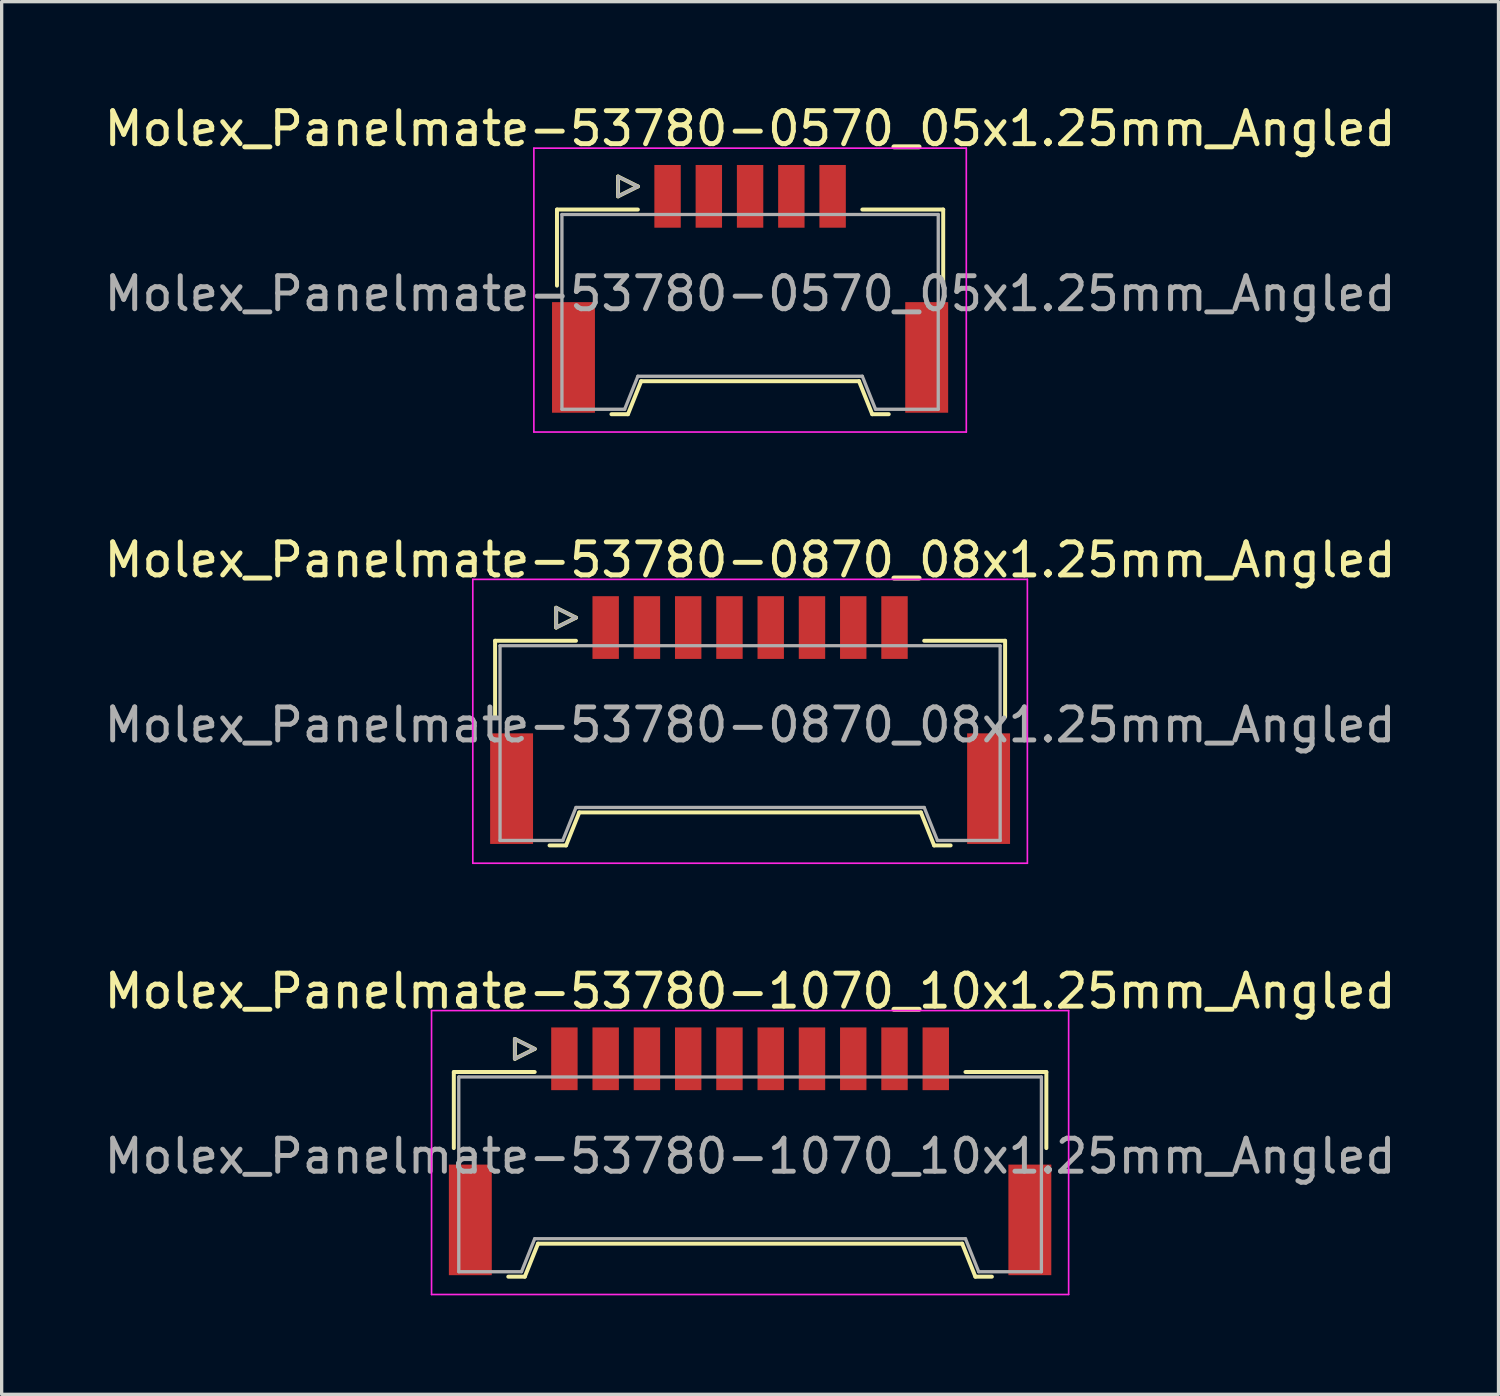
<source format=kicad_pcb>
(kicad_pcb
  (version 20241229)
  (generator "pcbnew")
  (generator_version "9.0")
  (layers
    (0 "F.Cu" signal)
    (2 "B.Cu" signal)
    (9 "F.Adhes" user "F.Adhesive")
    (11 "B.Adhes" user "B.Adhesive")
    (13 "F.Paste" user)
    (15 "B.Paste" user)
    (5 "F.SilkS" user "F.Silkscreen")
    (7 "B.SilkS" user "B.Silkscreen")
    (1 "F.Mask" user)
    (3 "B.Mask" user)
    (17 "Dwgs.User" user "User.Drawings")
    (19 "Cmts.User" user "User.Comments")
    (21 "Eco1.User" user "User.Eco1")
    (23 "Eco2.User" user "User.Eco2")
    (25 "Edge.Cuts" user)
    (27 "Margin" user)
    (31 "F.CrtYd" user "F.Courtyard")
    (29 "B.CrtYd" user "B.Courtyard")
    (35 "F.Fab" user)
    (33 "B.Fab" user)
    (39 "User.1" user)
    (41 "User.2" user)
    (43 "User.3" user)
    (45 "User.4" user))
  (footprint "Molex_Panelmate-53780-0870_08x1.25mm_Angled"
    (layer "F.Cu")
    (at 19.673 18.401)
    (property "Reference" "Molex_Panelmate-53780-0870_08x1.25mm_Angled" (at 0 -4.49 0) (layer "F.SilkS") (effects (font (size 1 1) (thickness 0.15))))
    (attr smd)
    (fp_line (start -7.725 -2.04) (end -7.725 0.265) (stroke (width 0.12) (type solid)) (layer "F.SilkS"))
    (fp_line (start -6.075 4.16) (end -5.575 4.16) (stroke (width 0.12) (type solid)) (layer "F.SilkS"))
    (fp_line (start -5.875 -3.04) (end -5.875 -2.44) (stroke (width 0.12) (type solid)) (layer "F.SilkS"))
    (fp_line (start -5.875 -2.44) (end -5.275 -2.74) (stroke (width 0.12) (type solid)) (layer "F.SilkS"))
    (fp_line (start -5.575 4.16) (end -5.175 3.16) (stroke (width 0.12) (type solid)) (layer "F.SilkS"))
    (fp_line (start -5.275 -2.74) (end -5.875 -3.04) (stroke (width 0.12) (type solid)) (layer "F.SilkS"))
    (fp_line (start -5.275 -2.04) (end -7.725 -2.04) (stroke (width 0.12) (type solid)) (layer "F.SilkS"))
    (fp_line (start -5.175 3.16) (end 5.175 3.16) (stroke (width 0.12) (type solid)) (layer "F.SilkS"))
    (fp_line (start 5.175 3.16) (end 5.575 4.16) (stroke (width 0.12) (type solid)) (layer "F.SilkS"))
    (fp_line (start 5.275 -2.04) (end 7.725 -2.04) (stroke (width 0.12) (type solid)) (layer "F.SilkS"))
    (fp_line (start 5.575 4.16) (end 6.075 4.16) (stroke (width 0.12) (type solid)) (layer "F.SilkS"))
    (fp_line (start 7.725 -2.04) (end 7.725 0.265) (stroke (width 0.12) (type solid)) (layer "F.SilkS"))
    (fp_line (start -8.4 -3.9) (end -8.4 4.7) (stroke (width 0.05) (type solid)) (layer "F.CrtYd"))
    (fp_line (start -8.4 4.7) (end 8.4 4.7) (stroke (width 0.05) (type solid)) (layer "F.CrtYd"))
    (fp_line (start 8.4 -3.9) (end -8.4 -3.9) (stroke (width 0.05) (type solid)) (layer "F.CrtYd"))
    (fp_line (start 8.4 4.7) (end 8.4 -3.9) (stroke (width 0.05) (type solid)) (layer "F.CrtYd"))
    (fp_line (start -7.575 -1.89) (end -7.575 4.01) (stroke (width 0.1) (type solid)) (layer "F.Fab"))
    (fp_line (start -7.575 4.01) (end -5.675 4.01) (stroke (width 0.1) (type solid)) (layer "F.Fab"))
    (fp_line (start -5.875 -3.04) (end -5.875 -2.44) (stroke (width 0.1) (type solid)) (layer "F.Fab"))
    (fp_line (start -5.875 -2.44) (end -5.275 -2.74) (stroke (width 0.1) (type solid)) (layer "F.Fab"))
    (fp_line (start -5.675 4.01) (end -5.275 3.01) (stroke (width 0.1) (type solid)) (layer "F.Fab"))
    (fp_line (start -5.275 -2.74) (end -5.875 -3.04) (stroke (width 0.1) (type solid)) (layer "F.Fab"))
    (fp_line (start -5.275 3.01) (end 5.275 3.01) (stroke (width 0.1) (type solid)) (layer "F.Fab"))
    (fp_line (start 5.275 3.01) (end 5.675 4.01) (stroke (width 0.1) (type solid)) (layer "F.Fab"))
    (fp_line (start 5.675 4.01) (end 7.575 4.01) (stroke (width 0.1) (type solid)) (layer "F.Fab"))
    (fp_line (start 7.575 -1.89) (end -7.575 -1.89) (stroke (width 0.1) (type solid)) (layer "F.Fab"))
    (fp_line (start 7.575 4.01) (end 7.575 -1.89) (stroke (width 0.1) (type solid)) (layer "F.Fab"))
    (fp_text user "${REFERENCE}" (at 0 0.51 0) (layer "F.Fab") (effects (font (size 1 1) (thickness 0.15))))
    (pad "" smd rect (at -7.225 2.44) (size 1.3 3.35) (layers "F.Cu" "F.Mask" "F.Paste"))
    (pad "" smd rect (at 7.225 2.44) (size 1.3 3.35) (layers "F.Cu" "F.Mask" "F.Paste"))
    (pad "1" smd rect (at -4.375 -2.44) (size 0.8 1.9) (layers "F.Cu" "F.Mask" "F.Paste"))
    (pad "2" smd rect (at -3.125 -2.44) (size 0.8 1.9) (layers "F.Cu" "F.Mask" "F.Paste"))
    (pad "3" smd rect (at -1.875 -2.44) (size 0.8 1.9) (layers "F.Cu" "F.Mask" "F.Paste"))
    (pad "4" smd rect (at -0.625 -2.44) (size 0.8 1.9) (layers "F.Cu" "F.Mask" "F.Paste"))
    (pad "5" smd rect (at 0.625 -2.44) (size 0.8 1.9) (layers "F.Cu" "F.Mask" "F.Paste"))
    (pad "6" smd rect (at 1.875 -2.44) (size 0.8 1.9) (layers "F.Cu" "F.Mask" "F.Paste"))
    (pad "7" smd rect (at 3.125 -2.44) (size 0.8 1.9) (layers "F.Cu" "F.Mask" "F.Paste"))
    (pad "8" smd rect (at 4.375 -2.44) (size 0.8 1.9) (layers "F.Cu" "F.Mask" "F.Paste")))
  (footprint "Molex_Panelmate-53780-1070_10x1.25mm_Angled"
    (layer "F.Cu")
    (at 19.673 31.465)
    (property "Reference" "Molex_Panelmate-53780-1070_10x1.25mm_Angled" (at 0 -4.49 0) (layer "F.SilkS") (effects (font (size 1 1) (thickness 0.15))))
    (attr smd)
    (fp_line (start -8.975 -2.04) (end -8.975 0.265) (stroke (width 0.12) (type solid)) (layer "F.SilkS"))
    (fp_line (start -7.325 4.16) (end -6.825 4.16) (stroke (width 0.12) (type solid)) (layer "F.SilkS"))
    (fp_line (start -7.125 -3.04) (end -7.125 -2.44) (stroke (width 0.12) (type solid)) (layer "F.SilkS"))
    (fp_line (start -7.125 -2.44) (end -6.525 -2.74) (stroke (width 0.12) (type solid)) (layer "F.SilkS"))
    (fp_line (start -6.825 4.16) (end -6.425 3.16) (stroke (width 0.12) (type solid)) (layer "F.SilkS"))
    (fp_line (start -6.525 -2.74) (end -7.125 -3.04) (stroke (width 0.12) (type solid)) (layer "F.SilkS"))
    (fp_line (start -6.525 -2.04) (end -8.975 -2.04) (stroke (width 0.12) (type solid)) (layer "F.SilkS"))
    (fp_line (start -6.425 3.16) (end 6.425 3.16) (stroke (width 0.12) (type solid)) (layer "F.SilkS"))
    (fp_line (start 6.425 3.16) (end 6.825 4.16) (stroke (width 0.12) (type solid)) (layer "F.SilkS"))
    (fp_line (start 6.525 -2.04) (end 8.975 -2.04) (stroke (width 0.12) (type solid)) (layer "F.SilkS"))
    (fp_line (start 6.825 4.16) (end 7.325 4.16) (stroke (width 0.12) (type solid)) (layer "F.SilkS"))
    (fp_line (start 8.975 -2.04) (end 8.975 0.265) (stroke (width 0.12) (type solid)) (layer "F.SilkS"))
    (fp_line (start -9.65 -3.9) (end -9.65 4.7) (stroke (width 0.05) (type solid)) (layer "F.CrtYd"))
    (fp_line (start -9.65 4.7) (end 9.65 4.7) (stroke (width 0.05) (type solid)) (layer "F.CrtYd"))
    (fp_line (start 9.65 -3.9) (end -9.65 -3.9) (stroke (width 0.05) (type solid)) (layer "F.CrtYd"))
    (fp_line (start 9.65 4.7) (end 9.65 -3.9) (stroke (width 0.05) (type solid)) (layer "F.CrtYd"))
    (fp_line (start -8.825 -1.89) (end -8.825 4.01) (stroke (width 0.1) (type solid)) (layer "F.Fab"))
    (fp_line (start -8.825 4.01) (end -6.925 4.01) (stroke (width 0.1) (type solid)) (layer "F.Fab"))
    (fp_line (start -7.125 -3.04) (end -7.125 -2.44) (stroke (width 0.1) (type solid)) (layer "F.Fab"))
    (fp_line (start -7.125 -2.44) (end -6.525 -2.74) (stroke (width 0.1) (type solid)) (layer "F.Fab"))
    (fp_line (start -6.925 4.01) (end -6.525 3.01) (stroke (width 0.1) (type solid)) (layer "F.Fab"))
    (fp_line (start -6.525 -2.74) (end -7.125 -3.04) (stroke (width 0.1) (type solid)) (layer "F.Fab"))
    (fp_line (start -6.525 3.01) (end 6.525 3.01) (stroke (width 0.1) (type solid)) (layer "F.Fab"))
    (fp_line (start 6.525 3.01) (end 6.925 4.01) (stroke (width 0.1) (type solid)) (layer "F.Fab"))
    (fp_line (start 6.925 4.01) (end 8.825 4.01) (stroke (width 0.1) (type solid)) (layer "F.Fab"))
    (fp_line (start 8.825 -1.89) (end -8.825 -1.89) (stroke (width 0.1) (type solid)) (layer "F.Fab"))
    (fp_line (start 8.825 4.01) (end 8.825 -1.89) (stroke (width 0.1) (type solid)) (layer "F.Fab"))
    (fp_text user "${REFERENCE}" (at 0 0.51 0) (layer "F.Fab") (effects (font (size 1 1) (thickness 0.15))))
    (pad "" smd rect (at -8.475 2.44) (size 1.3 3.35) (layers "F.Cu" "F.Mask" "F.Paste"))
    (pad "" smd rect (at 8.475 2.44) (size 1.3 3.35) (layers "F.Cu" "F.Mask" "F.Paste"))
    (pad "1" smd rect (at -5.625 -2.44) (size 0.8 1.9) (layers "F.Cu" "F.Mask" "F.Paste"))
    (pad "2" smd rect (at -4.375 -2.44) (size 0.8 1.9) (layers "F.Cu" "F.Mask" "F.Paste"))
    (pad "3" smd rect (at -3.125 -2.44) (size 0.8 1.9) (layers "F.Cu" "F.Mask" "F.Paste"))
    (pad "4" smd rect (at -1.875 -2.44) (size 0.8 1.9) (layers "F.Cu" "F.Mask" "F.Paste"))
    (pad "5" smd rect (at -0.625 -2.44) (size 0.8 1.9) (layers "F.Cu" "F.Mask" "F.Paste"))
    (pad "6" smd rect (at 0.625 -2.44) (size 0.8 1.9) (layers "F.Cu" "F.Mask" "F.Paste"))
    (pad "7" smd rect (at 1.875 -2.44) (size 0.8 1.9) (layers "F.Cu" "F.Mask" "F.Paste"))
    (pad "8" smd rect (at 3.125 -2.44) (size 0.8 1.9) (layers "F.Cu" "F.Mask" "F.Paste"))
    (pad "9" smd rect (at 4.375 -2.44) (size 0.8 1.9) (layers "F.Cu" "F.Mask" "F.Paste"))
    (pad "10" smd rect (at 5.625 -2.44) (size 0.8 1.9) (layers "F.Cu" "F.Mask" "F.Paste")))
  (footprint "Molex_Panelmate-53780-0570_05x1.25mm_Angled"
    (layer "F.Cu")
    (at 19.673 5.338)
    (property "Reference" "Molex_Panelmate-53780-0570_05x1.25mm_Angled" (at 0 -4.49 0) (layer "F.SilkS") (effects (font (size 1 1) (thickness 0.15))))
    (attr smd)
    (fp_line (start -5.85 -2.04) (end -5.85 0.265) (stroke (width 0.12) (type solid)) (layer "F.SilkS"))
    (fp_line (start -4.2 4.16) (end -3.7 4.16) (stroke (width 0.12) (type solid)) (layer "F.SilkS"))
    (fp_line (start -4 -3.04) (end -4 -2.44) (stroke (width 0.12) (type solid)) (layer "F.SilkS"))
    (fp_line (start -4 -2.44) (end -3.4 -2.74) (stroke (width 0.12) (type solid)) (layer "F.SilkS"))
    (fp_line (start -3.7 4.16) (end -3.3 3.16) (stroke (width 0.12) (type solid)) (layer "F.SilkS"))
    (fp_line (start -3.4 -2.74) (end -4 -3.04) (stroke (width 0.12) (type solid)) (layer "F.SilkS"))
    (fp_line (start -3.4 -2.04) (end -5.85 -2.04) (stroke (width 0.12) (type solid)) (layer "F.SilkS"))
    (fp_line (start -3.3 3.16) (end 3.3 3.16) (stroke (width 0.12) (type solid)) (layer "F.SilkS"))
    (fp_line (start 3.3 3.16) (end 3.7 4.16) (stroke (width 0.12) (type solid)) (layer "F.SilkS"))
    (fp_line (start 3.4 -2.04) (end 5.85 -2.04) (stroke (width 0.12) (type solid)) (layer "F.SilkS"))
    (fp_line (start 3.7 4.16) (end 4.2 4.16) (stroke (width 0.12) (type solid)) (layer "F.SilkS"))
    (fp_line (start 5.85 -2.04) (end 5.85 0.265) (stroke (width 0.12) (type solid)) (layer "F.SilkS"))
    (fp_line (start -6.55 -3.9) (end -6.55 4.7) (stroke (width 0.05) (type solid)) (layer "F.CrtYd"))
    (fp_line (start -6.55 4.7) (end 6.55 4.7) (stroke (width 0.05) (type solid)) (layer "F.CrtYd"))
    (fp_line (start 6.55 -3.9) (end -6.55 -3.9) (stroke (width 0.05) (type solid)) (layer "F.CrtYd"))
    (fp_line (start 6.55 4.7) (end 6.55 -3.9) (stroke (width 0.05) (type solid)) (layer "F.CrtYd"))
    (fp_line (start -5.7 -1.89) (end -5.7 4.01) (stroke (width 0.1) (type solid)) (layer "F.Fab"))
    (fp_line (start -5.7 4.01) (end -3.8 4.01) (stroke (width 0.1) (type solid)) (layer "F.Fab"))
    (fp_line (start -4 -3.04) (end -4 -2.44) (stroke (width 0.1) (type solid)) (layer "F.Fab"))
    (fp_line (start -4 -2.44) (end -3.4 -2.74) (stroke (width 0.1) (type solid)) (layer "F.Fab"))
    (fp_line (start -3.8 4.01) (end -3.4 3.01) (stroke (width 0.1) (type solid)) (layer "F.Fab"))
    (fp_line (start -3.4 -2.74) (end -4 -3.04) (stroke (width 0.1) (type solid)) (layer "F.Fab"))
    (fp_line (start -3.4 3.01) (end 3.4 3.01) (stroke (width 0.1) (type solid)) (layer "F.Fab"))
    (fp_line (start 3.4 3.01) (end 3.8 4.01) (stroke (width 0.1) (type solid)) (layer "F.Fab"))
    (fp_line (start 3.8 4.01) (end 5.7 4.01) (stroke (width 0.1) (type solid)) (layer "F.Fab"))
    (fp_line (start 5.7 -1.89) (end -5.7 -1.89) (stroke (width 0.1) (type solid)) (layer "F.Fab"))
    (fp_line (start 5.7 4.01) (end 5.7 -1.89) (stroke (width 0.1) (type solid)) (layer "F.Fab"))
    (fp_text user "${REFERENCE}" (at 0 0.51 0) (layer "F.Fab") (effects (font (size 1 1) (thickness 0.15))))
    (pad "" smd rect (at -5.35 2.44) (size 1.3 3.35) (layers "F.Cu" "F.Mask" "F.Paste"))
    (pad "" smd rect (at 5.35 2.44) (size 1.3 3.35) (layers "F.Cu" "F.Mask" "F.Paste"))
    (pad "1" smd rect (at -2.5 -2.44) (size 0.8 1.9) (layers "F.Cu" "F.Mask" "F.Paste"))
    (pad "2" smd rect (at -1.25 -2.44) (size 0.8 1.9) (layers "F.Cu" "F.Mask" "F.Paste"))
    (pad "3" smd rect (at 0 -2.44) (size 0.8 1.9) (layers "F.Cu" "F.Mask" "F.Paste"))
    (pad "4" smd rect (at 1.25 -2.44) (size 0.8 1.9) (layers "F.Cu" "F.Mask" "F.Paste"))
    (pad "5" smd rect (at 2.5 -2.44) (size 0.8 1.9) (layers "F.Cu" "F.Mask" "F.Paste")))
  (gr_rect
    (start -3 -3)
    (end 42.345 39.19)
    (stroke (width 0.1) (type default))
    (fill no)
    (layer "Edge.Cuts")))
</source>
